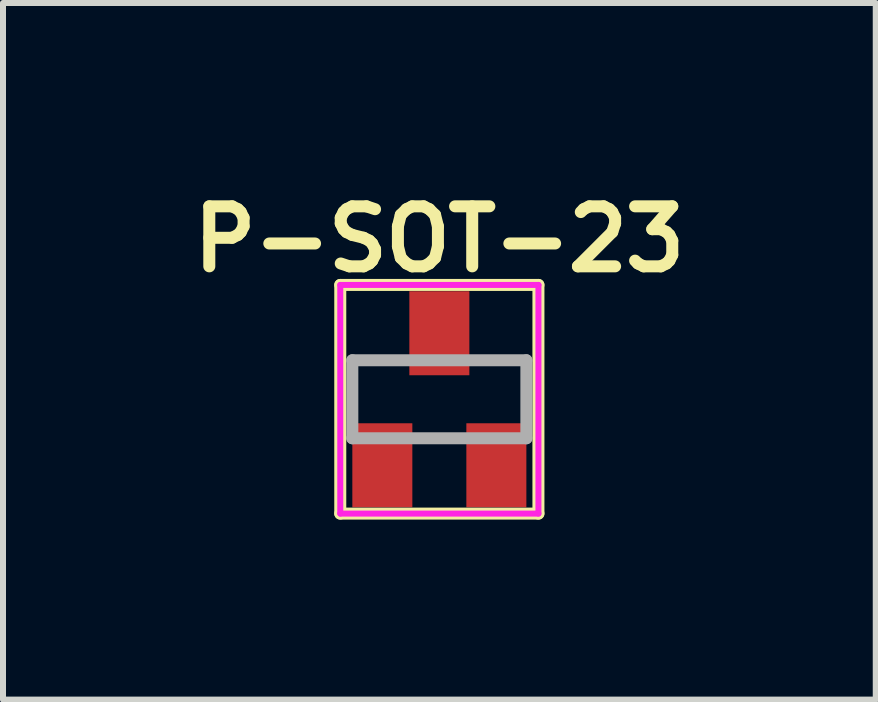
<source format=kicad_pcb>
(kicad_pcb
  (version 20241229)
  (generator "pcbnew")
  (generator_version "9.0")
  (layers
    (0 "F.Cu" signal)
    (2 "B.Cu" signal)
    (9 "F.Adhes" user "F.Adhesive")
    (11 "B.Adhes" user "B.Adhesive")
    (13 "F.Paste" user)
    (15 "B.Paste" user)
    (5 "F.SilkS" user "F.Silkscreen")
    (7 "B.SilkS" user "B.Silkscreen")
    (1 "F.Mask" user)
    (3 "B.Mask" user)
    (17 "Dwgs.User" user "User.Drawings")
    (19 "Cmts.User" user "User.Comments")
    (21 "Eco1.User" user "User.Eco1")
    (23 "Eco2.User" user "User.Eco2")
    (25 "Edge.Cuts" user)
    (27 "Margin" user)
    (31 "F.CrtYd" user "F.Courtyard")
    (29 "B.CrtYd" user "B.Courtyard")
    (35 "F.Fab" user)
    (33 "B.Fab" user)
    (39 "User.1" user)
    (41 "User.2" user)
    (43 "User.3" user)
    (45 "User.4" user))
  (footprint "P-SOT-23"
    (layer "F.Cu")
    (at 4.271 3.603)
    (property "Reference" "P-SOT-23" (at 0 -2.667 0) (layer "F.SilkS") (effects (font (size 1 1) (thickness 0.2))))
    (attr through_hole)
    (fp_line (start -1.651 1.905) (end -1.651 -1.905) (stroke (width 0.2) (type solid)) (layer "F.SilkS"))
    (fp_line (start -1.651 1.905) (end 1.651 1.905) (stroke (width 0.2) (type solid)) (layer "F.SilkS"))
    (fp_line (start 1.651 -1.905) (end -1.651 -1.905) (stroke (width 0.2) (type solid)) (layer "F.SilkS"))
    (fp_line (start 1.651 -1.905) (end 1.651 1.905) (stroke (width 0.2) (type solid)) (layer "F.SilkS"))
    (fp_line (start -1.651 -1.905) (end 1.651 -1.905) (stroke (width 0.1) (type solid)) (layer "F.CrtYd"))
    (fp_line (start -1.651 1.905) (end -1.651 -1.905) (stroke (width 0.1) (type solid)) (layer "F.CrtYd"))
    (fp_line (start 1.651 -1.905) (end 1.651 1.905) (stroke (width 0.1) (type solid)) (layer "F.CrtYd"))
    (fp_line (start 1.651 1.905) (end -1.651 1.905) (stroke (width 0.1) (type solid)) (layer "F.CrtYd"))
    (fp_line (start -1.45 -0.65) (end -1.45 0.65) (stroke (width 0.2) (type solid)) (layer "F.Fab"))
    (fp_line (start -1.45 -0.65) (end 1.45 -0.65) (stroke (width 0.2) (type solid)) (layer "F.Fab"))
    (fp_line (start -1.45 0.65) (end 1.45 0.65) (stroke (width 0.2) (type solid)) (layer "F.Fab"))
    (fp_line (start 1.45 -0.65) (end 1.45 0.65) (stroke (width 0.2) (type solid)) (layer "F.Fab"))
    (pad "B" smd rect (at -0.95 1.1) (size 1 1.4) (layers "F.Cu" "F.Mask" "F.Paste"))
    (pad "C" smd rect (at 0 -1.1) (size 1 1.4) (layers "F.Cu" "F.Mask" "F.Paste"))
    (pad "E" smd rect (at 0.95 1.1) (size 1 1.4) (layers "F.Cu" "F.Mask" "F.Paste")))
  (gr_rect
    (start -3 -3)
    (end 11.543 8.608)
    (stroke (width 0.1) (type default))
    (fill no)
    (layer "Edge.Cuts")))
</source>
